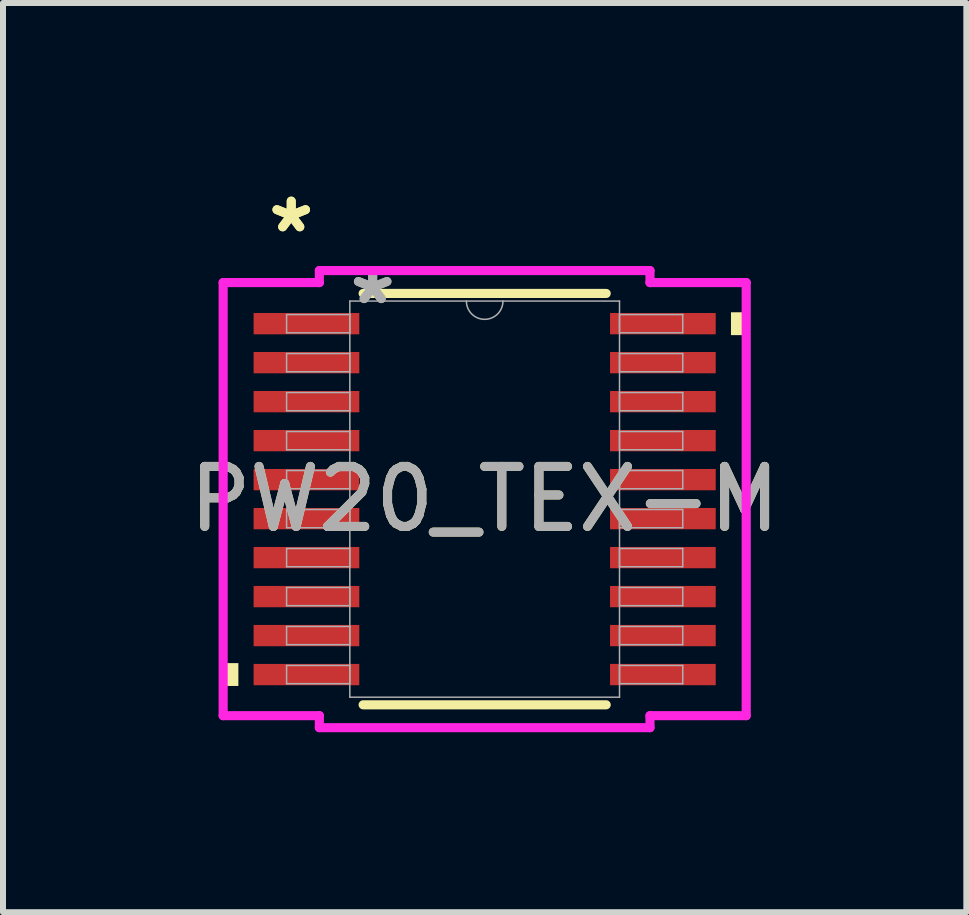
<source format=kicad_pcb>
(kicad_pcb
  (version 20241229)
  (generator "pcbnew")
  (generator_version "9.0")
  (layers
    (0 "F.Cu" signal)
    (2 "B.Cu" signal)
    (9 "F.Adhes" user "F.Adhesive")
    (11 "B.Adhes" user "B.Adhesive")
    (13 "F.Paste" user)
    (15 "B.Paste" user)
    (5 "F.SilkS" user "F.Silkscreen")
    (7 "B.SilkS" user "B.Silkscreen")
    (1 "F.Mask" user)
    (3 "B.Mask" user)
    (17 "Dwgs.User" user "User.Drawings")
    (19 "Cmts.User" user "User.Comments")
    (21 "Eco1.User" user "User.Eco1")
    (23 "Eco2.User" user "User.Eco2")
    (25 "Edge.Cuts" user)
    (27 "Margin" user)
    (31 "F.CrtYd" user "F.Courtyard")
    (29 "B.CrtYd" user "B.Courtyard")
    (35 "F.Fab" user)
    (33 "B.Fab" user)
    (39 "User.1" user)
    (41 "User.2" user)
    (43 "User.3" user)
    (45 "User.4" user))
  (footprint "PW20_TEX-M"
    (layer "F.Cu")
    (at 5.03 5.271)
    (property "Reference" "PW20_TEX-M" (at 0 0 0) (unlocked yes) (layer "F.SilkS") (effects (font (size 1 1) (thickness 0.15))))
    (attr smd)
    (fp_line (start -2.026 3.429) (end 2.026 3.429) (stroke (width 0.152) (type solid)) (layer "F.SilkS"))
    (fp_line (start 2.026 -3.429) (end -2.026 -3.429) (stroke (width 0.152) (type solid)) (layer "F.SilkS"))
    (fp_poly (pts (xy -4.36 2.734) (xy -4.36 3.115) (xy -4.106 3.115) (xy -4.106 2.734)) (stroke (width 0) (type solid)) (fill yes) (layer "F.SilkS"))
    (fp_poly (pts (xy 4.36 -3.115) (xy 4.36 -2.734) (xy 4.106 -2.734) (xy 4.106 -3.115)) (stroke (width 0) (type solid)) (fill yes) (layer "F.SilkS"))
    (fp_line (start -4.36 -3.61) (end -2.756 -3.61) (stroke (width 0.152) (type solid)) (layer "F.CrtYd"))
    (fp_line (start -4.36 3.61) (end -4.36 -3.61) (stroke (width 0.152) (type solid)) (layer "F.CrtYd"))
    (fp_line (start -4.36 3.61) (end -2.756 3.61) (stroke (width 0.152) (type solid)) (layer "F.CrtYd"))
    (fp_line (start -2.756 -3.81) (end 2.756 -3.81) (stroke (width 0.152) (type solid)) (layer "F.CrtYd"))
    (fp_line (start -2.756 -3.61) (end -2.756 -3.81) (stroke (width 0.152) (type solid)) (layer "F.CrtYd"))
    (fp_line (start -2.756 3.81) (end -2.756 3.61) (stroke (width 0.152) (type solid)) (layer "F.CrtYd"))
    (fp_line (start 2.756 -3.81) (end 2.756 -3.61) (stroke (width 0.152) (type solid)) (layer "F.CrtYd"))
    (fp_line (start 2.756 3.61) (end 2.756 3.81) (stroke (width 0.152) (type solid)) (layer "F.CrtYd"))
    (fp_line (start 2.756 3.81) (end -2.756 3.81) (stroke (width 0.152) (type solid)) (layer "F.CrtYd"))
    (fp_line (start 4.36 -3.61) (end 2.756 -3.61) (stroke (width 0.152) (type solid)) (layer "F.CrtYd"))
    (fp_line (start 4.36 -3.61) (end 4.36 3.61) (stroke (width 0.152) (type solid)) (layer "F.CrtYd"))
    (fp_line (start 4.36 3.61) (end 2.756 3.61) (stroke (width 0.152) (type solid)) (layer "F.CrtYd"))
    (fp_line (start -3.302 -3.077) (end -3.302 -2.773) (stroke (width 0.025) (type solid)) (layer "F.Fab"))
    (fp_line (start -3.302 -2.773) (end -2.248 -2.773) (stroke (width 0.025) (type solid)) (layer "F.Fab"))
    (fp_line (start -3.302 -2.427) (end -3.302 -2.123) (stroke (width 0.025) (type solid)) (layer "F.Fab"))
    (fp_line (start -3.302 -2.123) (end -2.248 -2.123) (stroke (width 0.025) (type solid)) (layer "F.Fab"))
    (fp_line (start -3.302 -1.777) (end -3.302 -1.473) (stroke (width 0.025) (type solid)) (layer "F.Fab"))
    (fp_line (start -3.302 -1.473) (end -2.248 -1.473) (stroke (width 0.025) (type solid)) (layer "F.Fab"))
    (fp_line (start -3.302 -1.127) (end -3.302 -0.823) (stroke (width 0.025) (type solid)) (layer "F.Fab"))
    (fp_line (start -3.302 -0.823) (end -2.248 -0.823) (stroke (width 0.025) (type solid)) (layer "F.Fab"))
    (fp_line (start -3.302 -0.477) (end -3.302 -0.173) (stroke (width 0.025) (type solid)) (layer "F.Fab"))
    (fp_line (start -3.302 -0.173) (end -2.248 -0.173) (stroke (width 0.025) (type solid)) (layer "F.Fab"))
    (fp_line (start -3.302 0.173) (end -3.302 0.477) (stroke (width 0.025) (type solid)) (layer "F.Fab"))
    (fp_line (start -3.302 0.477) (end -2.248 0.477) (stroke (width 0.025) (type solid)) (layer "F.Fab"))
    (fp_line (start -3.302 0.823) (end -3.302 1.127) (stroke (width 0.025) (type solid)) (layer "F.Fab"))
    (fp_line (start -3.302 1.127) (end -2.248 1.127) (stroke (width 0.025) (type solid)) (layer "F.Fab"))
    (fp_line (start -3.302 1.473) (end -3.302 1.777) (stroke (width 0.025) (type solid)) (layer "F.Fab"))
    (fp_line (start -3.302 1.777) (end -2.248 1.777) (stroke (width 0.025) (type solid)) (layer "F.Fab"))
    (fp_line (start -3.302 2.123) (end -3.302 2.427) (stroke (width 0.025) (type solid)) (layer "F.Fab"))
    (fp_line (start -3.302 2.427) (end -2.248 2.427) (stroke (width 0.025) (type solid)) (layer "F.Fab"))
    (fp_line (start -3.302 2.773) (end -3.302 3.077) (stroke (width 0.025) (type solid)) (layer "F.Fab"))
    (fp_line (start -3.302 3.077) (end -2.248 3.077) (stroke (width 0.025) (type solid)) (layer "F.Fab"))
    (fp_line (start -2.248 -3.302) (end -2.248 3.302) (stroke (width 0.025) (type solid)) (layer "F.Fab"))
    (fp_line (start -2.248 -3.077) (end -3.302 -3.077) (stroke (width 0.025) (type solid)) (layer "F.Fab"))
    (fp_line (start -2.248 -2.773) (end -2.248 -3.077) (stroke (width 0.025) (type solid)) (layer "F.Fab"))
    (fp_line (start -2.248 -2.427) (end -3.302 -2.427) (stroke (width 0.025) (type solid)) (layer "F.Fab"))
    (fp_line (start -2.248 -2.123) (end -2.248 -2.427) (stroke (width 0.025) (type solid)) (layer "F.Fab"))
    (fp_line (start -2.248 -1.777) (end -3.302 -1.777) (stroke (width 0.025) (type solid)) (layer "F.Fab"))
    (fp_line (start -2.248 -1.473) (end -2.248 -1.777) (stroke (width 0.025) (type solid)) (layer "F.Fab"))
    (fp_line (start -2.248 -1.127) (end -3.302 -1.127) (stroke (width 0.025) (type solid)) (layer "F.Fab"))
    (fp_line (start -2.248 -0.823) (end -2.248 -1.127) (stroke (width 0.025) (type solid)) (layer "F.Fab"))
    (fp_line (start -2.248 -0.477) (end -3.302 -0.477) (stroke (width 0.025) (type solid)) (layer "F.Fab"))
    (fp_line (start -2.248 -0.173) (end -2.248 -0.477) (stroke (width 0.025) (type solid)) (layer "F.Fab"))
    (fp_line (start -2.248 0.173) (end -3.302 0.173) (stroke (width 0.025) (type solid)) (layer "F.Fab"))
    (fp_line (start -2.248 0.477) (end -2.248 0.173) (stroke (width 0.025) (type solid)) (layer "F.Fab"))
    (fp_line (start -2.248 0.823) (end -3.302 0.823) (stroke (width 0.025) (type solid)) (layer "F.Fab"))
    (fp_line (start -2.248 1.127) (end -2.248 0.823) (stroke (width 0.025) (type solid)) (layer "F.Fab"))
    (fp_line (start -2.248 1.473) (end -3.302 1.473) (stroke (width 0.025) (type solid)) (layer "F.Fab"))
    (fp_line (start -2.248 1.777) (end -2.248 1.473) (stroke (width 0.025) (type solid)) (layer "F.Fab"))
    (fp_line (start -2.248 2.123) (end -3.302 2.123) (stroke (width 0.025) (type solid)) (layer "F.Fab"))
    (fp_line (start -2.248 2.427) (end -2.248 2.123) (stroke (width 0.025) (type solid)) (layer "F.Fab"))
    (fp_line (start -2.248 2.773) (end -3.302 2.773) (stroke (width 0.025) (type solid)) (layer "F.Fab"))
    (fp_line (start -2.248 3.077) (end -2.248 2.773) (stroke (width 0.025) (type solid)) (layer "F.Fab"))
    (fp_line (start -2.248 3.302) (end 2.248 3.302) (stroke (width 0.025) (type solid)) (layer "F.Fab"))
    (fp_line (start 2.248 -3.302) (end -2.248 -3.302) (stroke (width 0.025) (type solid)) (layer "F.Fab"))
    (fp_line (start 2.248 -3.077) (end 2.248 -2.773) (stroke (width 0.025) (type solid)) (layer "F.Fab"))
    (fp_line (start 2.248 -2.773) (end 3.302 -2.773) (stroke (width 0.025) (type solid)) (layer "F.Fab"))
    (fp_line (start 2.248 -2.427) (end 2.248 -2.123) (stroke (width 0.025) (type solid)) (layer "F.Fab"))
    (fp_line (start 2.248 -2.123) (end 3.302 -2.123) (stroke (width 0.025) (type solid)) (layer "F.Fab"))
    (fp_line (start 2.248 -1.777) (end 2.248 -1.473) (stroke (width 0.025) (type solid)) (layer "F.Fab"))
    (fp_line (start 2.248 -1.473) (end 3.302 -1.473) (stroke (width 0.025) (type solid)) (layer "F.Fab"))
    (fp_line (start 2.248 -1.127) (end 2.248 -0.823) (stroke (width 0.025) (type solid)) (layer "F.Fab"))
    (fp_line (start 2.248 -0.823) (end 3.302 -0.823) (stroke (width 0.025) (type solid)) (layer "F.Fab"))
    (fp_line (start 2.248 -0.477) (end 2.248 -0.173) (stroke (width 0.025) (type solid)) (layer "F.Fab"))
    (fp_line (start 2.248 -0.173) (end 3.302 -0.173) (stroke (width 0.025) (type solid)) (layer "F.Fab"))
    (fp_line (start 2.248 0.173) (end 2.248 0.477) (stroke (width 0.025) (type solid)) (layer "F.Fab"))
    (fp_line (start 2.248 0.477) (end 3.302 0.477) (stroke (width 0.025) (type solid)) (layer "F.Fab"))
    (fp_line (start 2.248 0.823) (end 2.248 1.127) (stroke (width 0.025) (type solid)) (layer "F.Fab"))
    (fp_line (start 2.248 1.127) (end 3.302 1.127) (stroke (width 0.025) (type solid)) (layer "F.Fab"))
    (fp_line (start 2.248 1.473) (end 2.248 1.777) (stroke (width 0.025) (type solid)) (layer "F.Fab"))
    (fp_line (start 2.248 1.777) (end 3.302 1.777) (stroke (width 0.025) (type solid)) (layer "F.Fab"))
    (fp_line (start 2.248 2.123) (end 2.248 2.427) (stroke (width 0.025) (type solid)) (layer "F.Fab"))
    (fp_line (start 2.248 2.427) (end 3.302 2.427) (stroke (width 0.025) (type solid)) (layer "F.Fab"))
    (fp_line (start 2.248 2.773) (end 2.248 3.077) (stroke (width 0.025) (type solid)) (layer "F.Fab"))
    (fp_line (start 2.248 3.077) (end 3.302 3.077) (stroke (width 0.025) (type solid)) (layer "F.Fab"))
    (fp_line (start 2.248 3.302) (end 2.248 -3.302) (stroke (width 0.025) (type solid)) (layer "F.Fab"))
    (fp_line (start 3.302 -3.077) (end 2.248 -3.077) (stroke (width 0.025) (type solid)) (layer "F.Fab"))
    (fp_line (start 3.302 -2.773) (end 3.302 -3.077) (stroke (width 0.025) (type solid)) (layer "F.Fab"))
    (fp_line (start 3.302 -2.427) (end 2.248 -2.427) (stroke (width 0.025) (type solid)) (layer "F.Fab"))
    (fp_line (start 3.302 -2.123) (end 3.302 -2.427) (stroke (width 0.025) (type solid)) (layer "F.Fab"))
    (fp_line (start 3.302 -1.777) (end 2.248 -1.777) (stroke (width 0.025) (type solid)) (layer "F.Fab"))
    (fp_line (start 3.302 -1.473) (end 3.302 -1.777) (stroke (width 0.025) (type solid)) (layer "F.Fab"))
    (fp_line (start 3.302 -1.127) (end 2.248 -1.127) (stroke (width 0.025) (type solid)) (layer "F.Fab"))
    (fp_line (start 3.302 -0.823) (end 3.302 -1.127) (stroke (width 0.025) (type solid)) (layer "F.Fab"))
    (fp_line (start 3.302 -0.477) (end 2.248 -0.477) (stroke (width 0.025) (type solid)) (layer "F.Fab"))
    (fp_line (start 3.302 -0.173) (end 3.302 -0.477) (stroke (width 0.025) (type solid)) (layer "F.Fab"))
    (fp_line (start 3.302 0.173) (end 2.248 0.173) (stroke (width 0.025) (type solid)) (layer "F.Fab"))
    (fp_line (start 3.302 0.477) (end 3.302 0.173) (stroke (width 0.025) (type solid)) (layer "F.Fab"))
    (fp_line (start 3.302 0.823) (end 2.248 0.823) (stroke (width 0.025) (type solid)) (layer "F.Fab"))
    (fp_line (start 3.302 1.127) (end 3.302 0.823) (stroke (width 0.025) (type solid)) (layer "F.Fab"))
    (fp_line (start 3.302 1.473) (end 2.248 1.473) (stroke (width 0.025) (type solid)) (layer "F.Fab"))
    (fp_line (start 3.302 1.777) (end 3.302 1.473) (stroke (width 0.025) (type solid)) (layer "F.Fab"))
    (fp_line (start 3.302 2.123) (end 2.248 2.123) (stroke (width 0.025) (type solid)) (layer "F.Fab"))
    (fp_line (start 3.302 2.427) (end 3.302 2.123) (stroke (width 0.025) (type solid)) (layer "F.Fab"))
    (fp_line (start 3.302 2.773) (end 2.248 2.773) (stroke (width 0.025) (type solid)) (layer "F.Fab"))
    (fp_line (start 3.302 3.077) (end 3.302 2.773) (stroke (width 0.025) (type solid)) (layer "F.Fab"))
    (fp_arc (start 0.3048 -3.302) (mid 0 -2.9972) (end -0.3048 -3.302) (stroke (width 0.0254) (type solid)) (layer "F.Fab"))
    (fp_text user "*" (at -3.225 -4.423 0) (unlocked yes) (layer "F.SilkS") (effects (font (size 1 1) (thickness 0.15))))
    (fp_text user "*" (at -3.225 -4.423 0) (layer "F.SilkS") (effects (font (size 1 1) (thickness 0.15))))
    (fp_text user "*" (at -1.867 -3.226 0) (layer "F.Fab") (effects (font (size 1 1) (thickness 0.15))))
    (fp_text user "*" (at -1.867 -3.226 0) (unlocked yes) (layer "F.Fab") (effects (font (size 1 1) (thickness 0.15))))
    (fp_text user "${REFERENCE}" (at 0 0 0) (unlocked yes) (layer "F.Fab") (effects (font (size 1 1) (thickness 0.15))))
    (pad "1" smd rect (at -2.971 -2.925) (size 1.762 0.355) (layers "F.Cu" "F.Mask" "F.Paste"))
    (pad "2" smd rect (at -2.971 -2.275) (size 1.762 0.355) (layers "F.Cu" "F.Mask" "F.Paste"))
    (pad "3" smd rect (at -2.971 -1.625) (size 1.762 0.355) (layers "F.Cu" "F.Mask" "F.Paste"))
    (pad "4" smd rect (at -2.971 -0.975) (size 1.762 0.355) (layers "F.Cu" "F.Mask" "F.Paste"))
    (pad "5" smd rect (at -2.971 -0.325) (size 1.762 0.355) (layers "F.Cu" "F.Mask" "F.Paste"))
    (pad "6" smd rect (at -2.971 0.325) (size 1.762 0.355) (layers "F.Cu" "F.Mask" "F.Paste"))
    (pad "7" smd rect (at -2.971 0.975) (size 1.762 0.355) (layers "F.Cu" "F.Mask" "F.Paste"))
    (pad "8" smd rect (at -2.971 1.625) (size 1.762 0.355) (layers "F.Cu" "F.Mask" "F.Paste"))
    (pad "9" smd rect (at -2.971 2.275) (size 1.762 0.355) (layers "F.Cu" "F.Mask" "F.Paste"))
    (pad "10" smd rect (at -2.971 2.925) (size 1.762 0.355) (layers "F.Cu" "F.Mask" "F.Paste"))
    (pad "11" smd rect (at 2.971 2.925) (size 1.762 0.355) (layers "F.Cu" "F.Mask" "F.Paste"))
    (pad "12" smd rect (at 2.971 2.275) (size 1.762 0.355) (layers "F.Cu" "F.Mask" "F.Paste"))
    (pad "13" smd rect (at 2.971 1.625) (size 1.762 0.355) (layers "F.Cu" "F.Mask" "F.Paste"))
    (pad "14" smd rect (at 2.971 0.975) (size 1.762 0.355) (layers "F.Cu" "F.Mask" "F.Paste"))
    (pad "15" smd rect (at 2.971 0.325) (size 1.762 0.355) (layers "F.Cu" "F.Mask" "F.Paste"))
    (pad "16" smd rect (at 2.971 -0.325) (size 1.762 0.355) (layers "F.Cu" "F.Mask" "F.Paste"))
    (pad "17" smd rect (at 2.971 -0.975) (size 1.762 0.355) (layers "F.Cu" "F.Mask" "F.Paste"))
    (pad "18" smd rect (at 2.971 -1.625) (size 1.762 0.355) (layers "F.Cu" "F.Mask" "F.Paste"))
    (pad "19" smd rect (at 2.971 -2.275) (size 1.762 0.355) (layers "F.Cu" "F.Mask" "F.Paste"))
    (pad "20" smd rect (at 2.971 -2.925) (size 1.762 0.355) (layers "F.Cu" "F.Mask" "F.Paste")))
  (gr_rect
    (start -3 -3)
    (end 13.06 12.157)
    (stroke (width 0.1) (type default))
    (fill no)
    (layer "Edge.Cuts")))
</source>
